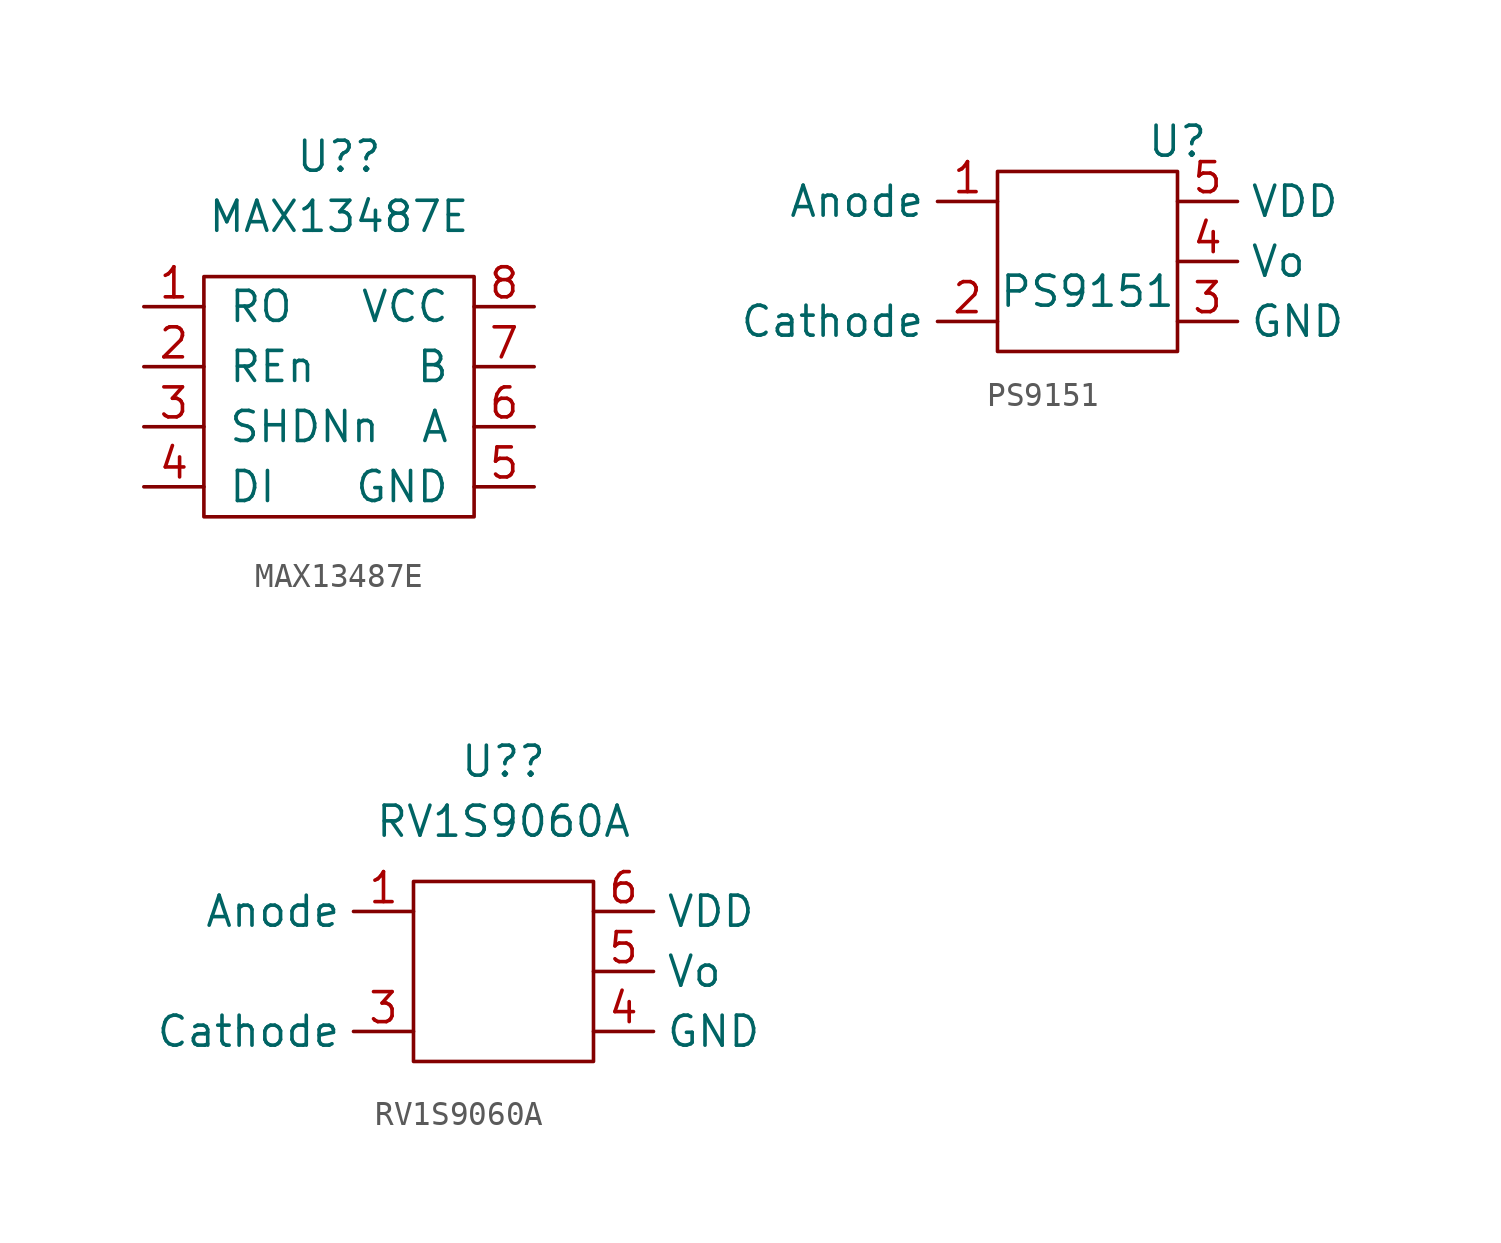
<source format=kicad_sym>
(kicad_symbol_lib
  (version 20211014)
  (generator kicad_symbol_editor)
  (symbol "MAX13487E"
    (pin_names
      (offset 1.016))
    (property "Reference" "U?"
      (at 5.715 19.05 0)
      (effects (font (size 1.27 1.27))))
    (property "Value" "MAX13487E"
      (at 5.715 16.51 0)
      (effects (font (size 1.27 1.27))))
    (symbol "MAX13487E_0_1"
      (rectangle (start 0 13.97) (end 11.43 3.81) (stroke (width 0) (type default) (color 0 0 0 0)) (fill (type none))))
    (symbol "MAX13487E_1_1"
      (pin input line (at -2.54 12.7 0) (length 2.54) (name "RO" (effects (font (size 1.27 1.27)))) (number "1" (effects (font (size 1.27 1.27)))))
      (pin input line (at -2.54 10.16 0) (length 2.54) (name "REn" (effects (font (size 1.27 1.27)))) (number "2" (effects (font (size 1.27 1.27)))))
      (pin input line (at -2.54 7.62 0) (length 2.54) (name "SHDNn" (effects (font (size 1.27 1.27)))) (number "3" (effects (font (size 1.27 1.27)))))
      (pin input line (at -2.54 5.08 0) (length 2.54) (name "DI" (effects (font (size 1.27 1.27)))) (number "4" (effects (font (size 1.27 1.27)))))
      (pin input line (at 13.97 5.08 180) (length 2.54) (name "GND" (effects (font (size 1.27 1.27)))) (number "5" (effects (font (size 1.27 1.27)))))
      (pin input line (at 13.97 7.62 180) (length 2.54) (name "A" (effects (font (size 1.27 1.27)))) (number "6" (effects (font (size 1.27 1.27)))))
      (pin input line (at 13.97 10.16 180) (length 2.54) (name "B" (effects (font (size 1.27 1.27)))) (number "7" (effects (font (size 1.27 1.27)))))
      (pin input line (at 13.97 12.7 180) (length 2.54) (name "VCC" (effects (font (size 1.27 1.27)))) (number "8" (effects (font (size 1.27 1.27)))))))
  (symbol "PS9151"
    (property "Reference" "U"
      (at 13.97 12.7 0)
      (effects (font (size 1.27 1.27))))
    (property "Value" "PS9151"
      (at 10.16 6.35 0)
      (effects (font (size 1.27 1.27))))
    (symbol "PS9151_0_1"
      (rectangle (start 6.35 11.43) (end 13.97 3.81) (stroke (width 0) (type default) (color 0 0 0 0)) (fill (type none))))
    (symbol "PS9151_1_1"
      (pin input line (at 6.35 10.16 180) (length 2.54) (name "Anode" (effects (font (size 1.27 1.27)))) (number "1" (effects (font (size 1.27 1.27)))))
      (pin input line (at 6.35 5.08 180) (length 2.54) (name "Cathode" (effects (font (size 1.27 1.27)))) (number "2" (effects (font (size 1.27 1.27)))))
      (pin power_in line (at 13.97 5.08 0) (length 2.54) (name "GND" (effects (font (size 1.27 1.27)))) (number "3" (effects (font (size 1.27 1.27)))))
      (pin output line (at 13.97 7.62 0) (length 2.54) (name "Vo" (effects (font (size 1.27 1.27)))) (number "4" (effects (font (size 1.27 1.27)))))
      (pin power_in line (at 13.97 10.16 0) (length 2.54) (name "VDD" (effects (font (size 1.27 1.27)))) (number "5" (effects (font (size 1.27 1.27)))))))
  (symbol "RV1S9060A"
    (property "Reference" "U?"
      (at 0 16.51 0)
      (effects (font (size 1.27 1.27))))
    (property "Value" "RV1S9060A"
      (at 0 13.97 0)
      (effects (font (size 1.27 1.27))))
    (symbol "RV1S9060A_0_1"
      (rectangle (start -3.81 11.43) (end 3.81 3.81) (stroke (width 0) (type default) (color 0 0 0 0)) (fill (type none))))
    (symbol "RV1S9060A_1_1"
      (pin input line (at -3.81 10.16 180) (length 2.54) (name "Anode" (effects (font (size 1.27 1.27)))) (number "1" (effects (font (size 1.27 1.27)))))
      (pin input line (at -3.81 5.08 180) (length 2.54) (name "Cathode" (effects (font (size 1.27 1.27)))) (number "3" (effects (font (size 1.27 1.27)))))
      (pin power_in line (at 3.81 5.08 0) (length 2.54) (name "GND" (effects (font (size 1.27 1.27)))) (number "4" (effects (font (size 1.27 1.27)))))
      (pin output line (at 3.81 7.62 0) (length 2.54) (name "Vo" (effects (font (size 1.27 1.27)))) (number "5" (effects (font (size 1.27 1.27)))))
      (pin power_in line (at 3.81 10.16 0) (length 2.54) (name "VDD" (effects (font (size 1.27 1.27)))) (number "6" (effects (font (size 1.27 1.27))))))))
</source>
